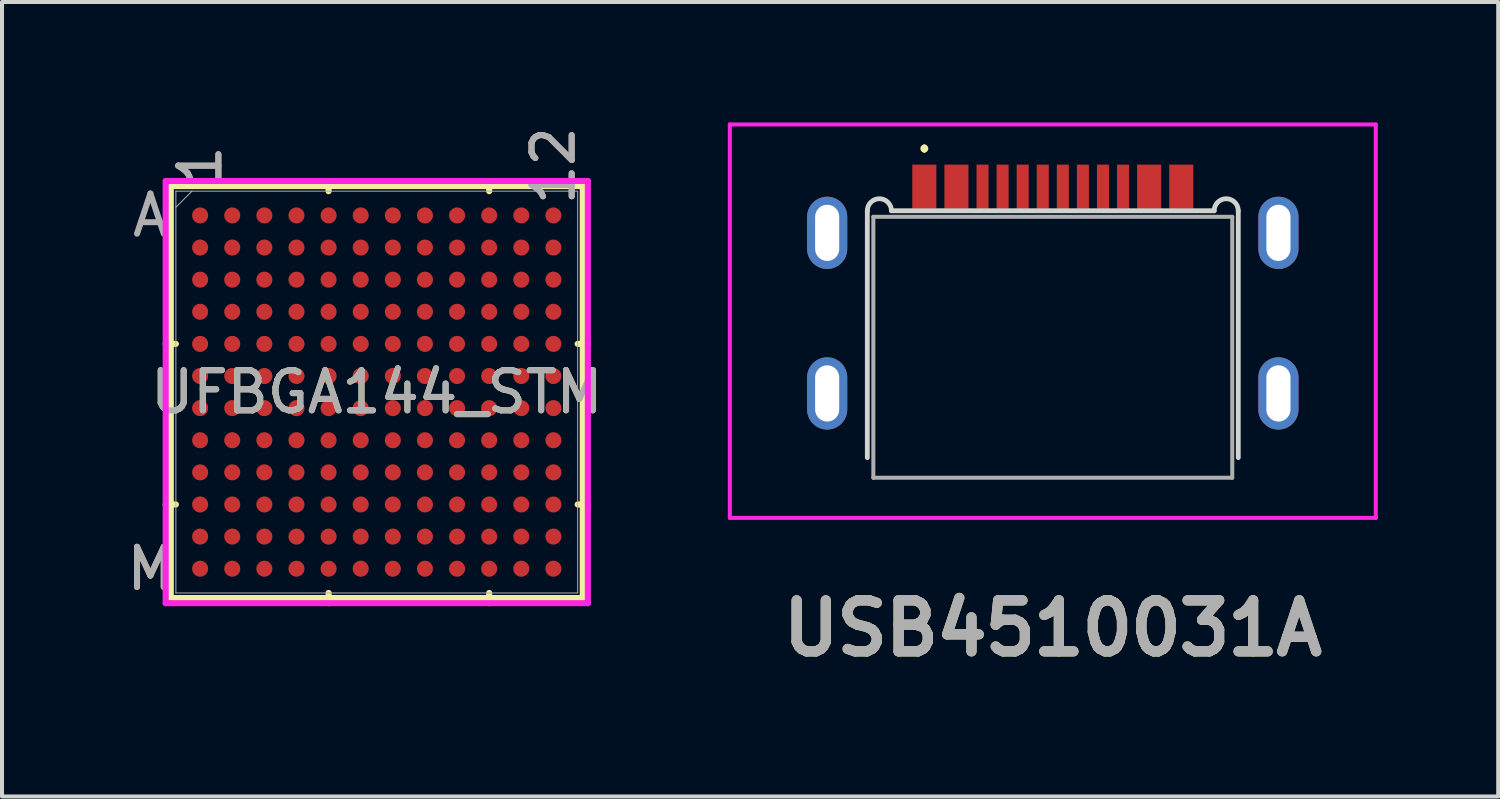
<source format=kicad_pcb>
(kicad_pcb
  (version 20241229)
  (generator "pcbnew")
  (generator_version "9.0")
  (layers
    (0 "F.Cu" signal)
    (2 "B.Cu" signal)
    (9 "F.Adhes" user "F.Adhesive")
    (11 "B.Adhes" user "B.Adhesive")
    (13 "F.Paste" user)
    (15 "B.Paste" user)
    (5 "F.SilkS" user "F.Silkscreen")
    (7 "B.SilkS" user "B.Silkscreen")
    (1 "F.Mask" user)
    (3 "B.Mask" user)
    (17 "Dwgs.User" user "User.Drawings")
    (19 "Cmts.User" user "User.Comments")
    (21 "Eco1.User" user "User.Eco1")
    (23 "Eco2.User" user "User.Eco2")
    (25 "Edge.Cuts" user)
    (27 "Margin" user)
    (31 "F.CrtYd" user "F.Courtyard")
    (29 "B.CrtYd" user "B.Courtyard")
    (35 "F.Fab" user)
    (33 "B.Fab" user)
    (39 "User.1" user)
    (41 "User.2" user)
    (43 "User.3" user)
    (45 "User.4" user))
  (footprint "UFBGA144_STM"
    (layer "F.Cu")
    (at 6.335 6.716)
    (property "Reference" "UFBGA144_STM" (at 0 0 0) (unlocked yes) (layer "F.SilkS") (effects (font (size 1 1) (thickness 0.15))))
    (attr smd)
    (fp_line (start -5.131 -5.131) (end -5.131 5.131) (stroke (width 0.152) (type solid)) (layer "F.SilkS"))
    (fp_line (start -5.131 5.131) (end 5.131 5.131) (stroke (width 0.152) (type solid)) (layer "F.SilkS"))
    (fp_line (start -5.004 -1.2) (end -5.258 -1.2) (stroke (width 0.152) (type solid)) (layer "F.SilkS"))
    (fp_line (start -5.004 2.8) (end -5.258 2.8) (stroke (width 0.152) (type solid)) (layer "F.SilkS"))
    (fp_line (start -1.2 -5.004) (end -1.2 -5.258) (stroke (width 0.152) (type solid)) (layer "F.SilkS"))
    (fp_line (start -1.2 5.004) (end -1.2 5.258) (stroke (width 0.152) (type solid)) (layer "F.SilkS"))
    (fp_line (start 2.8 -5.004) (end 2.8 -5.258) (stroke (width 0.152) (type solid)) (layer "F.SilkS"))
    (fp_line (start 2.8 5.004) (end 2.8 5.258) (stroke (width 0.152) (type solid)) (layer "F.SilkS"))
    (fp_line (start 5.004 -1.2) (end 5.258 -1.2) (stroke (width 0.152) (type solid)) (layer "F.SilkS"))
    (fp_line (start 5.004 2.8) (end 5.258 2.8) (stroke (width 0.152) (type solid)) (layer "F.SilkS"))
    (fp_line (start 5.131 -5.131) (end -5.131 -5.131) (stroke (width 0.152) (type solid)) (layer "F.SilkS"))
    (fp_line (start 5.131 5.131) (end 5.131 -5.131) (stroke (width 0.152) (type solid)) (layer "F.SilkS"))
    (fp_line (start -5.258 -5.258) (end 5.258 -5.258) (stroke (width 0.152) (type solid)) (layer "F.CrtYd"))
    (fp_line (start -5.258 5.258) (end -5.258 -5.258) (stroke (width 0.152) (type solid)) (layer "F.CrtYd"))
    (fp_line (start 5.258 -5.258) (end 5.258 5.258) (stroke (width 0.152) (type solid)) (layer "F.CrtYd"))
    (fp_line (start 5.258 5.258) (end -5.258 5.258) (stroke (width 0.152) (type solid)) (layer "F.CrtYd"))
    (fp_line (start -5.004 -5.004) (end -5.004 5.004) (stroke (width 0.025) (type solid)) (layer "F.Fab"))
    (fp_line (start -5.004 5.004) (end 5.004 5.004) (stroke (width 0.025) (type solid)) (layer "F.Fab"))
    (fp_line (start -4.604 -5.004) (end -5.004 -4.604) (stroke (width 0.025) (type solid)) (layer "F.Fab"))
    (fp_line (start 5.004 -5.004) (end -5.004 -5.004) (stroke (width 0.025) (type solid)) (layer "F.Fab"))
    (fp_line (start 5.004 5.004) (end 5.004 -5.004) (stroke (width 0.025) (type solid)) (layer "F.Fab"))
    (fp_text user "12" (at 4.4 -5.639 90) (unlocked yes) (layer "B.SilkS") (effects (font (size 1 1) (thickness 0.15))))
    (fp_text user "1" (at -4.4 -5.639 90) (unlocked yes) (layer "B.SilkS") (effects (font (size 1 1) (thickness 0.15))))
    (fp_text user "M" (at -5.639 4.4 0) (unlocked yes) (layer "B.SilkS") (effects (font (size 1 1) (thickness 0.15))))
    (fp_text user "M" (at -5.639 4.4 0) (unlocked yes) (layer "F.Fab") (effects (font (size 1 1) (thickness 0.15))))
    (fp_text user "12" (at 4.4 -5.639 90) (unlocked yes) (layer "F.Fab") (effects (font (size 1 1) (thickness 0.15))))
    (fp_text user "A" (at -5.639 -4.4 0) (unlocked yes) (layer "F.Fab") (effects (font (size 1 1) (thickness 0.15))))
    (fp_text user "1" (at -4.4 -5.639 90) (unlocked yes) (layer "F.Fab") (effects (font (size 1 1) (thickness 0.15))))
    (fp_text user "${REFERENCE}" (at 0 0 0) (unlocked yes) (layer "F.Fab") (effects (font (size 1 1) (thickness 0.15))))
    (pad "A1" smd circle (at -4.4 -4.4) (size 0.4 0.4) (layers "F.Cu" "F.Mask" "F.Paste"))
    (pad "A2" smd circle (at -3.6 -4.4) (size 0.4 0.4) (layers "F.Cu" "F.Mask" "F.Paste"))
    (pad "A3" smd circle (at -2.8 -4.4) (size 0.4 0.4) (layers "F.Cu" "F.Mask" "F.Paste"))
    (pad "A4" smd circle (at -2 -4.4) (size 0.4 0.4) (layers "F.Cu" "F.Mask" "F.Paste"))
    (pad "A5" smd circle (at -1.2 -4.4) (size 0.4 0.4) (layers "F.Cu" "F.Mask" "F.Paste"))
    (pad "A6" smd circle (at -0.4 -4.4) (size 0.4 0.4) (layers "F.Cu" "F.Mask" "F.Paste"))
    (pad "A7" smd circle (at 0.4 -4.4) (size 0.4 0.4) (layers "F.Cu" "F.Mask" "F.Paste"))
    (pad "A8" smd circle (at 1.2 -4.4) (size 0.4 0.4) (layers "F.Cu" "F.Mask" "F.Paste"))
    (pad "A9" smd circle (at 2 -4.4) (size 0.4 0.4) (layers "F.Cu" "F.Mask" "F.Paste"))
    (pad "A10" smd circle (at 2.8 -4.4) (size 0.4 0.4) (layers "F.Cu" "F.Mask" "F.Paste"))
    (pad "A11" smd circle (at 3.6 -4.4) (size 0.4 0.4) (layers "F.Cu" "F.Mask" "F.Paste"))
    (pad "A12" smd circle (at 4.4 -4.4) (size 0.4 0.4) (layers "F.Cu" "F.Mask" "F.Paste"))
    (pad "B1" smd circle (at -4.4 -3.6) (size 0.4 0.4) (layers "F.Cu" "F.Mask" "F.Paste"))
    (pad "B2" smd circle (at -3.6 -3.6) (size 0.4 0.4) (layers "F.Cu" "F.Mask" "F.Paste"))
    (pad "B3" smd circle (at -2.8 -3.6) (size 0.4 0.4) (layers "F.Cu" "F.Mask" "F.Paste"))
    (pad "B4" smd circle (at -2 -3.6) (size 0.4 0.4) (layers "F.Cu" "F.Mask" "F.Paste"))
    (pad "B5" smd circle (at -1.2 -3.6) (size 0.4 0.4) (layers "F.Cu" "F.Mask" "F.Paste"))
    (pad "B6" smd circle (at -0.4 -3.6) (size 0.4 0.4) (layers "F.Cu" "F.Mask" "F.Paste"))
    (pad "B7" smd circle (at 0.4 -3.6) (size 0.4 0.4) (layers "F.Cu" "F.Mask" "F.Paste"))
    (pad "B8" smd circle (at 1.2 -3.6) (size 0.4 0.4) (layers "F.Cu" "F.Mask" "F.Paste"))
    (pad "B9" smd circle (at 2 -3.6) (size 0.4 0.4) (layers "F.Cu" "F.Mask" "F.Paste"))
    (pad "B10" smd circle (at 2.8 -3.6) (size 0.4 0.4) (layers "F.Cu" "F.Mask" "F.Paste"))
    (pad "B11" smd circle (at 3.6 -3.6) (size 0.4 0.4) (layers "F.Cu" "F.Mask" "F.Paste"))
    (pad "B12" smd circle (at 4.4 -3.6) (size 0.4 0.4) (layers "F.Cu" "F.Mask" "F.Paste"))
    (pad "C1" smd circle (at -4.4 -2.8) (size 0.4 0.4) (layers "F.Cu" "F.Mask" "F.Paste"))
    (pad "C2" smd circle (at -3.6 -2.8) (size 0.4 0.4) (layers "F.Cu" "F.Mask" "F.Paste"))
    (pad "C3" smd circle (at -2.8 -2.8) (size 0.4 0.4) (layers "F.Cu" "F.Mask" "F.Paste"))
    (pad "C4" smd circle (at -2 -2.8) (size 0.4 0.4) (layers "F.Cu" "F.Mask" "F.Paste"))
    (pad "C5" smd circle (at -1.2 -2.8) (size 0.4 0.4) (layers "F.Cu" "F.Mask" "F.Paste"))
    (pad "C6" smd circle (at -0.4 -2.8) (size 0.4 0.4) (layers "F.Cu" "F.Mask" "F.Paste"))
    (pad "C7" smd circle (at 0.4 -2.8) (size 0.4 0.4) (layers "F.Cu" "F.Mask" "F.Paste"))
    (pad "C8" smd circle (at 1.2 -2.8) (size 0.4 0.4) (layers "F.Cu" "F.Mask" "F.Paste"))
    (pad "C9" smd circle (at 2 -2.8) (size 0.4 0.4) (layers "F.Cu" "F.Mask" "F.Paste"))
    (pad "C10" smd circle (at 2.8 -2.8) (size 0.4 0.4) (layers "F.Cu" "F.Mask" "F.Paste"))
    (pad "C11" smd circle (at 3.6 -2.8) (size 0.4 0.4) (layers "F.Cu" "F.Mask" "F.Paste"))
    (pad "C12" smd circle (at 4.4 -2.8) (size 0.4 0.4) (layers "F.Cu" "F.Mask" "F.Paste"))
    (pad "D1" smd circle (at -4.4 -2) (size 0.4 0.4) (layers "F.Cu" "F.Mask" "F.Paste"))
    (pad "D2" smd circle (at -3.6 -2) (size 0.4 0.4) (layers "F.Cu" "F.Mask" "F.Paste"))
    (pad "D3" smd circle (at -2.8 -2) (size 0.4 0.4) (layers "F.Cu" "F.Mask" "F.Paste"))
    (pad "D4" smd circle (at -2 -2) (size 0.4 0.4) (layers "F.Cu" "F.Mask" "F.Paste"))
    (pad "D5" smd circle (at -1.2 -2) (size 0.4 0.4) (layers "F.Cu" "F.Mask" "F.Paste"))
    (pad "D6" smd circle (at -0.4 -2) (size 0.4 0.4) (layers "F.Cu" "F.Mask" "F.Paste"))
    (pad "D7" smd circle (at 0.4 -2) (size 0.4 0.4) (layers "F.Cu" "F.Mask" "F.Paste"))
    (pad "D8" smd circle (at 1.2 -2) (size 0.4 0.4) (layers "F.Cu" "F.Mask" "F.Paste"))
    (pad "D9" smd circle (at 2 -2) (size 0.4 0.4) (layers "F.Cu" "F.Mask" "F.Paste"))
    (pad "D10" smd circle (at 2.8 -2) (size 0.4 0.4) (layers "F.Cu" "F.Mask" "F.Paste"))
    (pad "D11" smd circle (at 3.6 -2) (size 0.4 0.4) (layers "F.Cu" "F.Mask" "F.Paste"))
    (pad "D12" smd circle (at 4.4 -2) (size 0.4 0.4) (layers "F.Cu" "F.Mask" "F.Paste"))
    (pad "E1" smd circle (at -4.4 -1.2) (size 0.4 0.4) (layers "F.Cu" "F.Mask" "F.Paste"))
    (pad "E2" smd circle (at -3.6 -1.2) (size 0.4 0.4) (layers "F.Cu" "F.Mask" "F.Paste"))
    (pad "E3" smd circle (at -2.8 -1.2) (size 0.4 0.4) (layers "F.Cu" "F.Mask" "F.Paste"))
    (pad "E4" smd circle (at -2 -1.2) (size 0.4 0.4) (layers "F.Cu" "F.Mask" "F.Paste"))
    (pad "E5" smd circle (at -1.2 -1.2) (size 0.4 0.4) (layers "F.Cu" "F.Mask" "F.Paste"))
    (pad "E6" smd circle (at -0.4 -1.2) (size 0.4 0.4) (layers "F.Cu" "F.Mask" "F.Paste"))
    (pad "E7" smd circle (at 0.4 -1.2) (size 0.4 0.4) (layers "F.Cu" "F.Mask" "F.Paste"))
    (pad "E8" smd circle (at 1.2 -1.2) (size 0.4 0.4) (layers "F.Cu" "F.Mask" "F.Paste"))
    (pad "E9" smd circle (at 2 -1.2) (size 0.4 0.4) (layers "F.Cu" "F.Mask" "F.Paste"))
    (pad "E10" smd circle (at 2.8 -1.2) (size 0.4 0.4) (layers "F.Cu" "F.Mask" "F.Paste"))
    (pad "E11" smd circle (at 3.6 -1.2) (size 0.4 0.4) (layers "F.Cu" "F.Mask" "F.Paste"))
    (pad "E12" smd circle (at 4.4 -1.2) (size 0.4 0.4) (layers "F.Cu" "F.Mask" "F.Paste"))
    (pad "F1" smd circle (at -4.4 -0.4) (size 0.4 0.4) (layers "F.Cu" "F.Mask" "F.Paste"))
    (pad "F2" smd circle (at -3.6 -0.4) (size 0.4 0.4) (layers "F.Cu" "F.Mask" "F.Paste"))
    (pad "F3" smd circle (at -2.8 -0.4) (size 0.4 0.4) (layers "F.Cu" "F.Mask" "F.Paste"))
    (pad "F4" smd circle (at -2 -0.4) (size 0.4 0.4) (layers "F.Cu" "F.Mask" "F.Paste"))
    (pad "F5" smd circle (at -1.2 -0.4) (size 0.4 0.4) (layers "F.Cu" "F.Mask" "F.Paste"))
    (pad "F6" smd circle (at -0.4 -0.4) (size 0.4 0.4) (layers "F.Cu" "F.Mask" "F.Paste"))
    (pad "F7" smd circle (at 0.4 -0.4) (size 0.4 0.4) (layers "F.Cu" "F.Mask" "F.Paste"))
    (pad "F8" smd circle (at 1.2 -0.4) (size 0.4 0.4) (layers "F.Cu" "F.Mask" "F.Paste"))
    (pad "F9" smd circle (at 2 -0.4) (size 0.4 0.4) (layers "F.Cu" "F.Mask" "F.Paste"))
    (pad "F10" smd circle (at 2.8 -0.4) (size 0.4 0.4) (layers "F.Cu" "F.Mask" "F.Paste"))
    (pad "F11" smd circle (at 3.6 -0.4) (size 0.4 0.4) (layers "F.Cu" "F.Mask" "F.Paste"))
    (pad "F12" smd circle (at 4.4 -0.4) (size 0.4 0.4) (layers "F.Cu" "F.Mask" "F.Paste"))
    (pad "G1" smd circle (at -4.4 0.4) (size 0.4 0.4) (layers "F.Cu" "F.Mask" "F.Paste"))
    (pad "G2" smd circle (at -3.6 0.4) (size 0.4 0.4) (layers "F.Cu" "F.Mask" "F.Paste"))
    (pad "G3" smd circle (at -2.8 0.4) (size 0.4 0.4) (layers "F.Cu" "F.Mask" "F.Paste"))
    (pad "G4" smd circle (at -2 0.4) (size 0.4 0.4) (layers "F.Cu" "F.Mask" "F.Paste"))
    (pad "G5" smd circle (at -1.2 0.4) (size 0.4 0.4) (layers "F.Cu" "F.Mask" "F.Paste"))
    (pad "G6" smd circle (at -0.4 0.4) (size 0.4 0.4) (layers "F.Cu" "F.Mask" "F.Paste"))
    (pad "G7" smd circle (at 0.4 0.4) (size 0.4 0.4) (layers "F.Cu" "F.Mask" "F.Paste"))
    (pad "G8" smd circle (at 1.2 0.4) (size 0.4 0.4) (layers "F.Cu" "F.Mask" "F.Paste"))
    (pad "G9" smd circle (at 2 0.4) (size 0.4 0.4) (layers "F.Cu" "F.Mask" "F.Paste"))
    (pad "G10" smd circle (at 2.8 0.4) (size 0.4 0.4) (layers "F.Cu" "F.Mask" "F.Paste"))
    (pad "G11" smd circle (at 3.6 0.4) (size 0.4 0.4) (layers "F.Cu" "F.Mask" "F.Paste"))
    (pad "G12" smd circle (at 4.4 0.4) (size 0.4 0.4) (layers "F.Cu" "F.Mask" "F.Paste"))
    (pad "H1" smd circle (at -4.4 1.2) (size 0.4 0.4) (layers "F.Cu" "F.Mask" "F.Paste"))
    (pad "H2" smd circle (at -3.6 1.2) (size 0.4 0.4) (layers "F.Cu" "F.Mask" "F.Paste"))
    (pad "H3" smd circle (at -2.8 1.2) (size 0.4 0.4) (layers "F.Cu" "F.Mask" "F.Paste"))
    (pad "H4" smd circle (at -2 1.2) (size 0.4 0.4) (layers "F.Cu" "F.Mask" "F.Paste"))
    (pad "H5" smd circle (at -1.2 1.2) (size 0.4 0.4) (layers "F.Cu" "F.Mask" "F.Paste"))
    (pad "H6" smd circle (at -0.4 1.2) (size 0.4 0.4) (layers "F.Cu" "F.Mask" "F.Paste"))
    (pad "H7" smd circle (at 0.4 1.2) (size 0.4 0.4) (layers "F.Cu" "F.Mask" "F.Paste"))
    (pad "H8" smd circle (at 1.2 1.2) (size 0.4 0.4) (layers "F.Cu" "F.Mask" "F.Paste"))
    (pad "H9" smd circle (at 2 1.2) (size 0.4 0.4) (layers "F.Cu" "F.Mask" "F.Paste"))
    (pad "H10" smd circle (at 2.8 1.2) (size 0.4 0.4) (layers "F.Cu" "F.Mask" "F.Paste"))
    (pad "H11" smd circle (at 3.6 1.2) (size 0.4 0.4) (layers "F.Cu" "F.Mask" "F.Paste"))
    (pad "H12" smd circle (at 4.4 1.2) (size 0.4 0.4) (layers "F.Cu" "F.Mask" "F.Paste"))
    (pad "J1" smd circle (at -4.4 2) (size 0.4 0.4) (layers "F.Cu" "F.Mask" "F.Paste"))
    (pad "J2" smd circle (at -3.6 2) (size 0.4 0.4) (layers "F.Cu" "F.Mask" "F.Paste"))
    (pad "J3" smd circle (at -2.8 2) (size 0.4 0.4) (layers "F.Cu" "F.Mask" "F.Paste"))
    (pad "J4" smd circle (at -2 2) (size 0.4 0.4) (layers "F.Cu" "F.Mask" "F.Paste"))
    (pad "J5" smd circle (at -1.2 2) (size 0.4 0.4) (layers "F.Cu" "F.Mask" "F.Paste"))
    (pad "J6" smd circle (at -0.4 2) (size 0.4 0.4) (layers "F.Cu" "F.Mask" "F.Paste"))
    (pad "J7" smd circle (at 0.4 2) (size 0.4 0.4) (layers "F.Cu" "F.Mask" "F.Paste"))
    (pad "J8" smd circle (at 1.2 2) (size 0.4 0.4) (layers "F.Cu" "F.Mask" "F.Paste"))
    (pad "J9" smd circle (at 2 2) (size 0.4 0.4) (layers "F.Cu" "F.Mask" "F.Paste"))
    (pad "J10" smd circle (at 2.8 2) (size 0.4 0.4) (layers "F.Cu" "F.Mask" "F.Paste"))
    (pad "J11" smd circle (at 3.6 2) (size 0.4 0.4) (layers "F.Cu" "F.Mask" "F.Paste"))
    (pad "J12" smd circle (at 4.4 2) (size 0.4 0.4) (layers "F.Cu" "F.Mask" "F.Paste"))
    (pad "K1" smd circle (at -4.4 2.8) (size 0.4 0.4) (layers "F.Cu" "F.Mask" "F.Paste"))
    (pad "K2" smd circle (at -3.6 2.8) (size 0.4 0.4) (layers "F.Cu" "F.Mask" "F.Paste"))
    (pad "K3" smd circle (at -2.8 2.8) (size 0.4 0.4) (layers "F.Cu" "F.Mask" "F.Paste"))
    (pad "K4" smd circle (at -2 2.8) (size 0.4 0.4) (layers "F.Cu" "F.Mask" "F.Paste"))
    (pad "K5" smd circle (at -1.2 2.8) (size 0.4 0.4) (layers "F.Cu" "F.Mask" "F.Paste"))
    (pad "K6" smd circle (at -0.4 2.8) (size 0.4 0.4) (layers "F.Cu" "F.Mask" "F.Paste"))
    (pad "K7" smd circle (at 0.4 2.8) (size 0.4 0.4) (layers "F.Cu" "F.Mask" "F.Paste"))
    (pad "K8" smd circle (at 1.2 2.8) (size 0.4 0.4) (layers "F.Cu" "F.Mask" "F.Paste"))
    (pad "K9" smd circle (at 2 2.8) (size 0.4 0.4) (layers "F.Cu" "F.Mask" "F.Paste"))
    (pad "K10" smd circle (at 2.8 2.8) (size 0.4 0.4) (layers "F.Cu" "F.Mask" "F.Paste"))
    (pad "K11" smd circle (at 3.6 2.8) (size 0.4 0.4) (layers "F.Cu" "F.Mask" "F.Paste"))
    (pad "K12" smd circle (at 4.4 2.8) (size 0.4 0.4) (layers "F.Cu" "F.Mask" "F.Paste"))
    (pad "L1" smd circle (at -4.4 3.6) (size 0.4 0.4) (layers "F.Cu" "F.Mask" "F.Paste"))
    (pad "L2" smd circle (at -3.6 3.6) (size 0.4 0.4) (layers "F.Cu" "F.Mask" "F.Paste"))
    (pad "L3" smd circle (at -2.8 3.6) (size 0.4 0.4) (layers "F.Cu" "F.Mask" "F.Paste"))
    (pad "L4" smd circle (at -2 3.6) (size 0.4 0.4) (layers "F.Cu" "F.Mask" "F.Paste"))
    (pad "L5" smd circle (at -1.2 3.6) (size 0.4 0.4) (layers "F.Cu" "F.Mask" "F.Paste"))
    (pad "L6" smd circle (at -0.4 3.6) (size 0.4 0.4) (layers "F.Cu" "F.Mask" "F.Paste"))
    (pad "L7" smd circle (at 0.4 3.6) (size 0.4 0.4) (layers "F.Cu" "F.Mask" "F.Paste"))
    (pad "L8" smd circle (at 1.2 3.6) (size 0.4 0.4) (layers "F.Cu" "F.Mask" "F.Paste"))
    (pad "L9" smd circle (at 2 3.6) (size 0.4 0.4) (layers "F.Cu" "F.Mask" "F.Paste"))
    (pad "L10" smd circle (at 2.8 3.6) (size 0.4 0.4) (layers "F.Cu" "F.Mask" "F.Paste"))
    (pad "L11" smd circle (at 3.6 3.6) (size 0.4 0.4) (layers "F.Cu" "F.Mask" "F.Paste"))
    (pad "L12" smd circle (at 4.4 3.6) (size 0.4 0.4) (layers "F.Cu" "F.Mask" "F.Paste"))
    (pad "M1" smd circle (at -4.4 4.4) (size 0.4 0.4) (layers "F.Cu" "F.Mask" "F.Paste"))
    (pad "M2" smd circle (at -3.6 4.4) (size 0.4 0.4) (layers "F.Cu" "F.Mask" "F.Paste"))
    (pad "M3" smd circle (at -2.8 4.4) (size 0.4 0.4) (layers "F.Cu" "F.Mask" "F.Paste"))
    (pad "M4" smd circle (at -2 4.4) (size 0.4 0.4) (layers "F.Cu" "F.Mask" "F.Paste"))
    (pad "M5" smd circle (at -1.2 4.4) (size 0.4 0.4) (layers "F.Cu" "F.Mask" "F.Paste"))
    (pad "M6" smd circle (at -0.4 4.4) (size 0.4 0.4) (layers "F.Cu" "F.Mask" "F.Paste"))
    (pad "M7" smd circle (at 0.4 4.4) (size 0.4 0.4) (layers "F.Cu" "F.Mask" "F.Paste"))
    (pad "M8" smd circle (at 1.2 4.4) (size 0.4 0.4) (layers "F.Cu" "F.Mask" "F.Paste"))
    (pad "M9" smd circle (at 2 4.4) (size 0.4 0.4) (layers "F.Cu" "F.Mask" "F.Paste"))
    (pad "M10" smd circle (at 2.8 4.4) (size 0.4 0.4) (layers "F.Cu" "F.Mask" "F.Paste"))
    (pad "M11" smd circle (at 3.6 4.4) (size 0.4 0.4) (layers "F.Cu" "F.Mask" "F.Paste"))
    (pad "M12" smd circle (at 4.4 4.4) (size 0.4 0.4) (layers "F.Cu" "F.Mask" "F.Paste")))
  (footprint "USB4510031A"
    (layer "F.Cu")
    (at 23.174 5.6)
    (property "Reference" "USB4510031A" (at 0 7 0) (layer "F.SilkS") (effects (font (size 1.27 1.27) (thickness 0.254))))
    (attr through_hole)
    (fp_line (start -3.2 -5) (end -3.2 -5) (stroke (width 0.1) (type solid)) (layer "F.SilkS"))
    (fp_line (start -3.2 -4.9) (end -3.2 -4.9) (stroke (width 0.1) (type solid)) (layer "F.SilkS"))
    (fp_arc (start -3.2 -5) (mid -3.15 -4.95) (end -3.2 -4.9) (stroke (width 0.1) (type solid)) (layer "F.SilkS"))
    (fp_arc (start -3.2 -4.9) (mid -3.25 -4.95) (end -3.2 -5) (stroke (width 0.1) (type solid)) (layer "F.SilkS"))
    (fp_line (start -4.62 2.75) (end -4.62 -3.4) (stroke (width 0.12) (type default)) (layer "Edge.Cuts"))
    (fp_line (start -4.02 -3.4) (end 4.02 -3.4) (stroke (width 0.12) (type default)) (layer "Edge.Cuts"))
    (fp_line (start 4.62 2.75) (end 4.62 -3.4) (stroke (width 0.12) (type default)) (layer "Edge.Cuts"))
    (fp_arc (start -4.62 -3.4) (mid -4.32 -3.7) (end -4.02 -3.4) (stroke (width 0.12) (type default)) (layer "Edge.Cuts"))
    (fp_arc (start 4.02 -3.4) (mid 4.32 -3.7) (end 4.62 -3.4) (stroke (width 0.12) (type default)) (layer "Edge.Cuts"))
    (fp_line (start -8.045 -5.55) (end 8.045 -5.55) (stroke (width 0.1) (type solid)) (layer "F.CrtYd"))
    (fp_line (start -8.045 4.25) (end -8.045 -5.55) (stroke (width 0.1) (type solid)) (layer "F.CrtYd"))
    (fp_line (start 8.045 -5.55) (end 8.045 4.25) (stroke (width 0.1) (type solid)) (layer "F.CrtYd"))
    (fp_line (start 8.045 4.25) (end -8.045 4.25) (stroke (width 0.1) (type solid)) (layer "F.CrtYd"))
    (fp_line (start -4.47 -3.25) (end -4.47 3.25) (stroke (width 0.1) (type solid)) (layer "F.Fab"))
    (fp_line (start -4.47 3.25) (end 4.47 3.25) (stroke (width 0.1) (type solid)) (layer "F.Fab"))
    (fp_line (start 4.47 -3.25) (end -4.47 -3.25) (stroke (width 0.1) (type solid)) (layer "F.Fab"))
    (fp_line (start 4.47 3.25) (end 4.47 -3.25) (stroke (width 0.1) (type solid)) (layer "F.Fab"))
    (fp_text user "${REFERENCE}" (at 0 7 0) (layer "F.Fab") (effects (font (size 1.27 1.27) (thickness 0.254))))
    (pad "A1" smd rect (at -3.2 -4) (size 0.6 1.1) (layers "F.Cu" "F.Mask" "F.Paste"))
    (pad "A4" smd rect (at -2.4 -4) (size 0.6 1.1) (layers "F.Cu" "F.Mask" "F.Paste"))
    (pad "A5" smd rect (at -1.25 -4) (size 0.3 1.1) (layers "F.Cu" "F.Mask" "F.Paste"))
    (pad "A6" smd rect (at -0.25 -4) (size 0.3 1.1) (layers "F.Cu" "F.Mask" "F.Paste"))
    (pad "A7" smd rect (at 0.25 -4) (size 0.3 1.1) (layers "F.Cu" "F.Mask" "F.Paste"))
    (pad "A8" smd rect (at 1.25 -4) (size 0.3 1.1) (layers "F.Cu" "F.Mask" "F.Paste"))
    (pad "A9" smd rect (at 2.4 -4) (size 0.6 1.1) (layers "F.Cu" "F.Mask" "F.Paste"))
    (pad "A12" smd rect (at 3.2 -4) (size 0.6 1.1) (layers "F.Cu" "F.Mask" "F.Paste"))
    (pad "B5" smd rect (at 1.75 -4) (size 0.3 1.1) (layers "F.Cu" "F.Mask" "F.Paste"))
    (pad "B6" smd rect (at 0.75 -4) (size 0.3 1.1) (layers "F.Cu" "F.Mask" "F.Paste"))
    (pad "B7" smd rect (at -0.75 -4) (size 0.3 1.1) (layers "F.Cu" "F.Mask" "F.Paste"))
    (pad "B8" smd rect (at -1.75 -4) (size 0.3 1.1) (layers "F.Cu" "F.Mask" "F.Paste"))
    (pad "MH1" thru_hole oval (at -5.62 -2.85) (size 1 1.8) (drill oval 0.6 1.4) (layers "*.Cu" "*.Mask"))
    (pad "MH2" thru_hole oval (at -5.62 1.15) (size 1 1.8) (drill oval 0.6 1.4) (layers "*.Cu" "*.Mask"))
    (pad "MH3" thru_hole oval (at 5.62 1.15) (size 1 1.8) (drill oval 0.6 1.4) (layers "*.Cu" "*.Mask"))
    (pad "MH4" thru_hole oval (at 5.62 -2.85) (size 1 1.8) (drill oval 0.6 1.4) (layers "*.Cu" "*.Mask")))
  (gr_rect
    (start -3 -3)
    (end 34.269 16.789)
    (stroke (width 0.1) (type default))
    (fill no)
    (layer "Edge.Cuts")))
</source>
